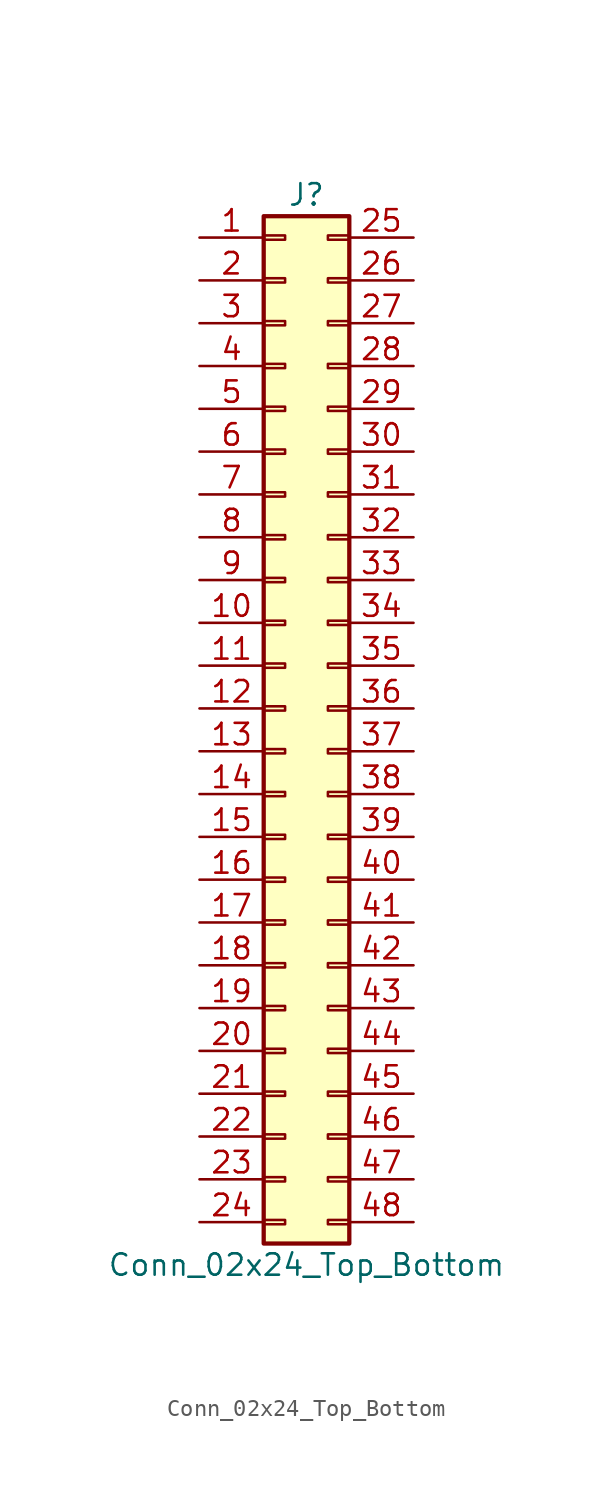
<source format=kicad_sym>
(kicad_symbol_lib
  (version 20220914)
  (generator kicad_symbol_editor)
  (symbol "Conn_02x24_Top_Bottom"
    (pin_names
      (offset 1.016) hide)
    (property "Reference" "J"
      (at 1.27 30.48 0)
      (effects (font (size 1.27 1.27))))
    (property "Value" "Conn_02x24_Top_Bottom"
      (at 1.27 -33.02 0)
      (effects (font (size 1.27 1.27))))
    (symbol "Conn_02x24_Top_Bottom_1_1"
      (rectangle (start -1.27 -30.353) (end 0 -30.607) (stroke (width 0.152) (type solid)) (fill (type none)))
      (rectangle (start -1.27 -27.813) (end 0 -28.067) (stroke (width 0.152) (type solid)) (fill (type none)))
      (rectangle (start -1.27 -25.273) (end 0 -25.527) (stroke (width 0.152) (type solid)) (fill (type none)))
      (rectangle (start -1.27 -22.733) (end 0 -22.987) (stroke (width 0.152) (type solid)) (fill (type none)))
      (rectangle (start -1.27 -20.193) (end 0 -20.447) (stroke (width 0.152) (type solid)) (fill (type none)))
      (rectangle (start -1.27 -17.653) (end 0 -17.907) (stroke (width 0.152) (type solid)) (fill (type none)))
      (rectangle (start -1.27 -15.113) (end 0 -15.367) (stroke (width 0.152) (type solid)) (fill (type none)))
      (rectangle (start -1.27 -12.573) (end 0 -12.827) (stroke (width 0.152) (type solid)) (fill (type none)))
      (rectangle (start -1.27 -10.033) (end 0 -10.287) (stroke (width 0.152) (type solid)) (fill (type none)))
      (rectangle (start -1.27 -7.493) (end 0 -7.747) (stroke (width 0.152) (type solid)) (fill (type none)))
      (rectangle (start -1.27 -4.953) (end 0 -5.207) (stroke (width 0.152) (type solid)) (fill (type none)))
      (rectangle (start -1.27 -2.413) (end 0 -2.667) (stroke (width 0.152) (type solid)) (fill (type none)))
      (rectangle (start -1.27 0.127) (end 0 -0.127) (stroke (width 0.152) (type solid)) (fill (type none)))
      (rectangle (start -1.27 2.667) (end 0 2.413) (stroke (width 0.152) (type solid)) (fill (type none)))
      (rectangle (start -1.27 5.207) (end 0 4.953) (stroke (width 0.152) (type solid)) (fill (type none)))
      (rectangle (start -1.27 7.747) (end 0 7.493) (stroke (width 0.152) (type solid)) (fill (type none)))
      (rectangle (start -1.27 10.287) (end 0 10.033) (stroke (width 0.152) (type solid)) (fill (type none)))
      (rectangle (start -1.27 12.827) (end 0 12.573) (stroke (width 0.152) (type solid)) (fill (type none)))
      (rectangle (start -1.27 15.367) (end 0 15.113) (stroke (width 0.152) (type solid)) (fill (type none)))
      (rectangle (start -1.27 17.907) (end 0 17.653) (stroke (width 0.152) (type solid)) (fill (type none)))
      (rectangle (start -1.27 20.447) (end 0 20.193) (stroke (width 0.152) (type solid)) (fill (type none)))
      (rectangle (start -1.27 22.987) (end 0 22.733) (stroke (width 0.152) (type solid)) (fill (type none)))
      (rectangle (start -1.27 25.527) (end 0 25.273) (stroke (width 0.152) (type solid)) (fill (type none)))
      (rectangle (start -1.27 28.067) (end 0 27.813) (stroke (width 0.152) (type solid)) (fill (type none)))
      (rectangle (start -1.27 29.21) (end 3.81 -31.75) (stroke (width 0.254) (type solid)) (fill (type background)))
      (rectangle (start 3.81 -30.353) (end 2.54 -30.607) (stroke (width 0.152) (type solid)) (fill (type none)))
      (rectangle (start 3.81 -27.813) (end 2.54 -28.067) (stroke (width 0.152) (type solid)) (fill (type none)))
      (rectangle (start 3.81 -25.273) (end 2.54 -25.527) (stroke (width 0.152) (type solid)) (fill (type none)))
      (rectangle (start 3.81 -22.733) (end 2.54 -22.987) (stroke (width 0.152) (type solid)) (fill (type none)))
      (rectangle (start 3.81 -20.193) (end 2.54 -20.447) (stroke (width 0.152) (type solid)) (fill (type none)))
      (rectangle (start 3.81 -17.653) (end 2.54 -17.907) (stroke (width 0.152) (type solid)) (fill (type none)))
      (rectangle (start 3.81 -15.113) (end 2.54 -15.367) (stroke (width 0.152) (type solid)) (fill (type none)))
      (rectangle (start 3.81 -12.573) (end 2.54 -12.827) (stroke (width 0.152) (type solid)) (fill (type none)))
      (rectangle (start 3.81 -10.033) (end 2.54 -10.287) (stroke (width 0.152) (type solid)) (fill (type none)))
      (rectangle (start 3.81 -7.493) (end 2.54 -7.747) (stroke (width 0.152) (type solid)) (fill (type none)))
      (rectangle (start 3.81 -4.953) (end 2.54 -5.207) (stroke (width 0.152) (type solid)) (fill (type none)))
      (rectangle (start 3.81 -2.413) (end 2.54 -2.667) (stroke (width 0.152) (type solid)) (fill (type none)))
      (rectangle (start 3.81 0.127) (end 2.54 -0.127) (stroke (width 0.152) (type solid)) (fill (type none)))
      (rectangle (start 3.81 2.667) (end 2.54 2.413) (stroke (width 0.152) (type solid)) (fill (type none)))
      (rectangle (start 3.81 5.207) (end 2.54 4.953) (stroke (width 0.152) (type solid)) (fill (type none)))
      (rectangle (start 3.81 7.747) (end 2.54 7.493) (stroke (width 0.152) (type solid)) (fill (type none)))
      (rectangle (start 3.81 10.287) (end 2.54 10.033) (stroke (width 0.152) (type solid)) (fill (type none)))
      (rectangle (start 3.81 12.827) (end 2.54 12.573) (stroke (width 0.152) (type solid)) (fill (type none)))
      (rectangle (start 3.81 15.367) (end 2.54 15.113) (stroke (width 0.152) (type solid)) (fill (type none)))
      (rectangle (start 3.81 17.907) (end 2.54 17.653) (stroke (width 0.152) (type solid)) (fill (type none)))
      (rectangle (start 3.81 20.447) (end 2.54 20.193) (stroke (width 0.152) (type solid)) (fill (type none)))
      (rectangle (start 3.81 22.987) (end 2.54 22.733) (stroke (width 0.152) (type solid)) (fill (type none)))
      (rectangle (start 3.81 25.527) (end 2.54 25.273) (stroke (width 0.152) (type solid)) (fill (type none)))
      (rectangle (start 3.81 28.067) (end 2.54 27.813) (stroke (width 0.152) (type solid)) (fill (type none)))
      (pin passive line (at -5.08 27.94 0) (length 3.81) (name "Pin_1" (effects (font (size 1.27 1.27)))) (number "1" (effects (font (size 1.27 1.27)))))
      (pin passive line (at -5.08 5.08 0) (length 3.81) (name "Pin_10" (effects (font (size 1.27 1.27)))) (number "10" (effects (font (size 1.27 1.27)))))
      (pin passive line (at -5.08 2.54 0) (length 3.81) (name "Pin_11" (effects (font (size 1.27 1.27)))) (number "11" (effects (font (size 1.27 1.27)))))
      (pin passive line (at -5.08 0 0) (length 3.81) (name "Pin_12" (effects (font (size 1.27 1.27)))) (number "12" (effects (font (size 1.27 1.27)))))
      (pin passive line (at -5.08 -2.54 0) (length 3.81) (name "Pin_13" (effects (font (size 1.27 1.27)))) (number "13" (effects (font (size 1.27 1.27)))))
      (pin passive line (at -5.08 -5.08 0) (length 3.81) (name "Pin_14" (effects (font (size 1.27 1.27)))) (number "14" (effects (font (size 1.27 1.27)))))
      (pin passive line (at -5.08 -7.62 0) (length 3.81) (name "Pin_15" (effects (font (size 1.27 1.27)))) (number "15" (effects (font (size 1.27 1.27)))))
      (pin passive line (at -5.08 -10.16 0) (length 3.81) (name "Pin_16" (effects (font (size 1.27 1.27)))) (number "16" (effects (font (size 1.27 1.27)))))
      (pin passive line (at -5.08 -12.7 0) (length 3.81) (name "Pin_17" (effects (font (size 1.27 1.27)))) (number "17" (effects (font (size 1.27 1.27)))))
      (pin passive line (at -5.08 -15.24 0) (length 3.81) (name "Pin_18" (effects (font (size 1.27 1.27)))) (number "18" (effects (font (size 1.27 1.27)))))
      (pin passive line (at -5.08 -17.78 0) (length 3.81) (name "Pin_19" (effects (font (size 1.27 1.27)))) (number "19" (effects (font (size 1.27 1.27)))))
      (pin passive line (at -5.08 25.4 0) (length 3.81) (name "Pin_2" (effects (font (size 1.27 1.27)))) (number "2" (effects (font (size 1.27 1.27)))))
      (pin passive line (at -5.08 -20.32 0) (length 3.81) (name "Pin_20" (effects (font (size 1.27 1.27)))) (number "20" (effects (font (size 1.27 1.27)))))
      (pin passive line (at -5.08 -22.86 0) (length 3.81) (name "Pin_21" (effects (font (size 1.27 1.27)))) (number "21" (effects (font (size 1.27 1.27)))))
      (pin passive line (at -5.08 -25.4 0) (length 3.81) (name "Pin_22" (effects (font (size 1.27 1.27)))) (number "22" (effects (font (size 1.27 1.27)))))
      (pin passive line (at -5.08 -27.94 0) (length 3.81) (name "Pin_23" (effects (font (size 1.27 1.27)))) (number "23" (effects (font (size 1.27 1.27)))))
      (pin passive line (at -5.08 -30.48 0) (length 3.81) (name "Pin_24" (effects (font (size 1.27 1.27)))) (number "24" (effects (font (size 1.27 1.27)))))
      (pin passive line (at 7.62 27.94 180) (length 3.81) (name "Pin_25" (effects (font (size 1.27 1.27)))) (number "25" (effects (font (size 1.27 1.27)))))
      (pin passive line (at 7.62 25.4 180) (length 3.81) (name "Pin_26" (effects (font (size 1.27 1.27)))) (number "26" (effects (font (size 1.27 1.27)))))
      (pin passive line (at 7.62 22.86 180) (length 3.81) (name "Pin_27" (effects (font (size 1.27 1.27)))) (number "27" (effects (font (size 1.27 1.27)))))
      (pin passive line (at 7.62 20.32 180) (length 3.81) (name "Pin_28" (effects (font (size 1.27 1.27)))) (number "28" (effects (font (size 1.27 1.27)))))
      (pin passive line (at 7.62 17.78 180) (length 3.81) (name "Pin_29" (effects (font (size 1.27 1.27)))) (number "29" (effects (font (size 1.27 1.27)))))
      (pin passive line (at -5.08 22.86 0) (length 3.81) (name "Pin_3" (effects (font (size 1.27 1.27)))) (number "3" (effects (font (size 1.27 1.27)))))
      (pin passive line (at 7.62 15.24 180) (length 3.81) (name "Pin_30" (effects (font (size 1.27 1.27)))) (number "30" (effects (font (size 1.27 1.27)))))
      (pin passive line (at 7.62 12.7 180) (length 3.81) (name "Pin_31" (effects (font (size 1.27 1.27)))) (number "31" (effects (font (size 1.27 1.27)))))
      (pin passive line (at 7.62 10.16 180) (length 3.81) (name "Pin_32" (effects (font (size 1.27 1.27)))) (number "32" (effects (font (size 1.27 1.27)))))
      (pin passive line (at 7.62 7.62 180) (length 3.81) (name "Pin_33" (effects (font (size 1.27 1.27)))) (number "33" (effects (font (size 1.27 1.27)))))
      (pin passive line (at 7.62 5.08 180) (length 3.81) (name "Pin_34" (effects (font (size 1.27 1.27)))) (number "34" (effects (font (size 1.27 1.27)))))
      (pin passive line (at 7.62 2.54 180) (length 3.81) (name "Pin_35" (effects (font (size 1.27 1.27)))) (number "35" (effects (font (size 1.27 1.27)))))
      (pin passive line (at 7.62 0 180) (length 3.81) (name "Pin_36" (effects (font (size 1.27 1.27)))) (number "36" (effects (font (size 1.27 1.27)))))
      (pin passive line (at 7.62 -2.54 180) (length 3.81) (name "Pin_37" (effects (font (size 1.27 1.27)))) (number "37" (effects (font (size 1.27 1.27)))))
      (pin passive line (at 7.62 -5.08 180) (length 3.81) (name "Pin_38" (effects (font (size 1.27 1.27)))) (number "38" (effects (font (size 1.27 1.27)))))
      (pin passive line (at 7.62 -7.62 180) (length 3.81) (name "Pin_39" (effects (font (size 1.27 1.27)))) (number "39" (effects (font (size 1.27 1.27)))))
      (pin passive line (at -5.08 20.32 0) (length 3.81) (name "Pin_4" (effects (font (size 1.27 1.27)))) (number "4" (effects (font (size 1.27 1.27)))))
      (pin passive line (at 7.62 -10.16 180) (length 3.81) (name "Pin_40" (effects (font (size 1.27 1.27)))) (number "40" (effects (font (size 1.27 1.27)))))
      (pin passive line (at 7.62 -12.7 180) (length 3.81) (name "Pin_41" (effects (font (size 1.27 1.27)))) (number "41" (effects (font (size 1.27 1.27)))))
      (pin passive line (at 7.62 -15.24 180) (length 3.81) (name "Pin_42" (effects (font (size 1.27 1.27)))) (number "42" (effects (font (size 1.27 1.27)))))
      (pin passive line (at 7.62 -17.78 180) (length 3.81) (name "Pin_43" (effects (font (size 1.27 1.27)))) (number "43" (effects (font (size 1.27 1.27)))))
      (pin passive line (at 7.62 -20.32 180) (length 3.81) (name "Pin_44" (effects (font (size 1.27 1.27)))) (number "44" (effects (font (size 1.27 1.27)))))
      (pin passive line (at 7.62 -22.86 180) (length 3.81) (name "Pin_45" (effects (font (size 1.27 1.27)))) (number "45" (effects (font (size 1.27 1.27)))))
      (pin passive line (at 7.62 -25.4 180) (length 3.81) (name "Pin_46" (effects (font (size 1.27 1.27)))) (number "46" (effects (font (size 1.27 1.27)))))
      (pin passive line (at 7.62 -27.94 180) (length 3.81) (name "Pin_47" (effects (font (size 1.27 1.27)))) (number "47" (effects (font (size 1.27 1.27)))))
      (pin passive line (at 7.62 -30.48 180) (length 3.81) (name "Pin_48" (effects (font (size 1.27 1.27)))) (number "48" (effects (font (size 1.27 1.27)))))
      (pin passive line (at -5.08 17.78 0) (length 3.81) (name "Pin_5" (effects (font (size 1.27 1.27)))) (number "5" (effects (font (size 1.27 1.27)))))
      (pin passive line (at -5.08 15.24 0) (length 3.81) (name "Pin_6" (effects (font (size 1.27 1.27)))) (number "6" (effects (font (size 1.27 1.27)))))
      (pin passive line (at -5.08 12.7 0) (length 3.81) (name "Pin_7" (effects (font (size 1.27 1.27)))) (number "7" (effects (font (size 1.27 1.27)))))
      (pin passive line (at -5.08 10.16 0) (length 3.81) (name "Pin_8" (effects (font (size 1.27 1.27)))) (number "8" (effects (font (size 1.27 1.27)))))
      (pin passive line (at -5.08 7.62 0) (length 3.81) (name "Pin_9" (effects (font (size 1.27 1.27)))) (number "9" (effects (font (size 1.27 1.27))))))))
</source>
